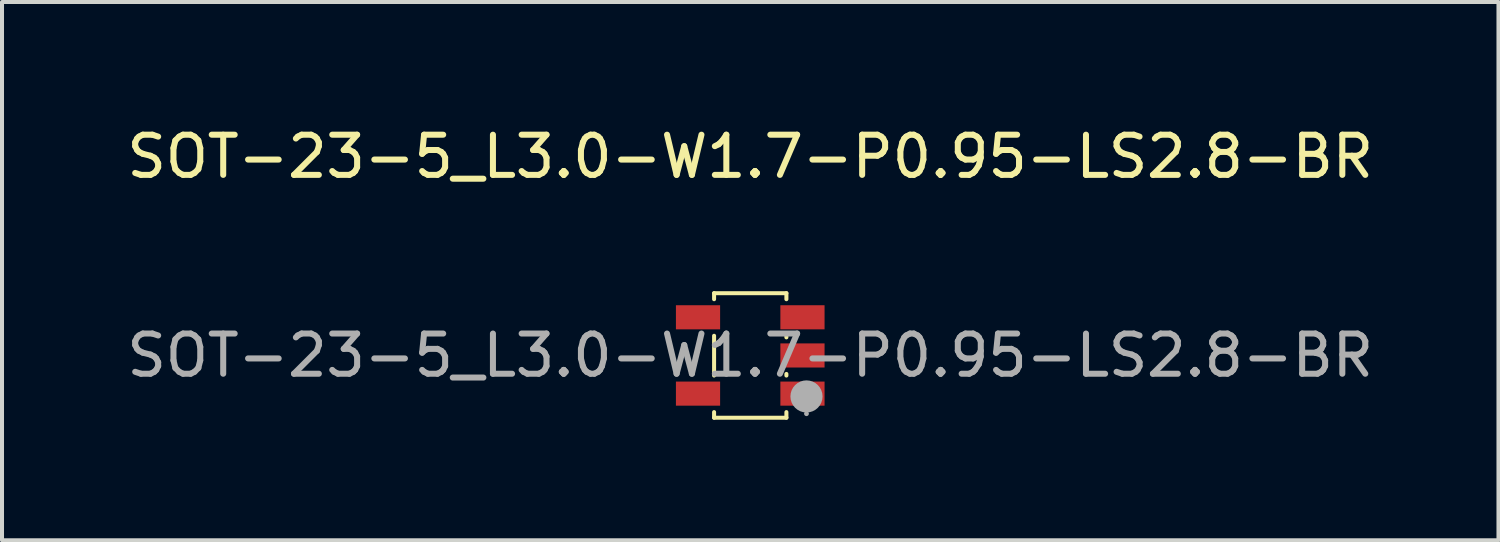
<source format=kicad_pcb>
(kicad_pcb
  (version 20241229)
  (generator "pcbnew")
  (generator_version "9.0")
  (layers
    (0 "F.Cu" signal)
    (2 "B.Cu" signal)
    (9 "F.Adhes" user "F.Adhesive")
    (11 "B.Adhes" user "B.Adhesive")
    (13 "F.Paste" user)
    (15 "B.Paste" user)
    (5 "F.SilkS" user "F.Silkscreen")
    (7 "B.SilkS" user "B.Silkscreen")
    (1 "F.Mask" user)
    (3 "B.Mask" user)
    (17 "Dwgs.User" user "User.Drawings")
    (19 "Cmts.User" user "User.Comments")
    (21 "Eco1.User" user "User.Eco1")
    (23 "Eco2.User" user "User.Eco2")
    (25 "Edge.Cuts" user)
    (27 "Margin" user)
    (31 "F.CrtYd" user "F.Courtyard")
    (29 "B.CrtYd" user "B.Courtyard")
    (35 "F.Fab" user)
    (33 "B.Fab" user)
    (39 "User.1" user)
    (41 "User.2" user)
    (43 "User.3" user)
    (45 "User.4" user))
  (footprint "SOT-23-5_L3.0-W1.7-P0.95-LS2.8-BR"
    (layer "F.Cu")
    (at 15.625 5.798)
    (property "Reference" "SOT-23-5_L3.0-W1.7-P0.95-LS2.8-BR" (at 0 -4.95 0) (layer "F.SilkS") (effects (font (size 1 1) (thickness 0.15))))
    (attr smd)
    (fp_line (start -0.9 -1.55) (end -0.9 -1.4) (stroke (width 0.1) (type solid)) (layer "F.SilkS"))
    (fp_line (start -0.9 -1.55) (end 0.9 -1.55) (stroke (width 0.1) (type solid)) (layer "F.SilkS"))
    (fp_line (start -0.9 -0.49) (end -0.9 0.5) (stroke (width 0.1) (type solid)) (layer "F.SilkS"))
    (fp_line (start -0.9 1.41) (end -0.9 1.55) (stroke (width 0.1) (type solid)) (layer "F.SilkS"))
    (fp_line (start -0.9 1.55) (end 0.9 1.55) (stroke (width 0.1) (type solid)) (layer "F.SilkS"))
    (fp_line (start 0.9 -1.55) (end 0.9 -1.4) (stroke (width 0.1) (type solid)) (layer "F.SilkS"))
    (fp_line (start 0.9 -0.49) (end 0.9 -0.45) (stroke (width 0.1) (type solid)) (layer "F.SilkS"))
    (fp_line (start 0.9 0.46) (end 0.9 0.5) (stroke (width 0.1) (type solid)) (layer "F.SilkS"))
    (fp_line (start 0.9 1.41) (end 0.9 1.55) (stroke (width 0.1) (type solid)) (layer "F.SilkS"))
    (fp_circle (center 1.4 1.02) (end 1.6 1.02) (stroke (width 0.4) (type solid)) (fill no) (layer "F.Fab"))
    (fp_circle (center 1.4 1.45) (end 1.43 1.45) (stroke (width 0.06) (type solid)) (fill no) (layer "F.Fab"))
    (fp_text user "${REFERENCE}" (at 0 0 0) (layer "F.Fab") (effects (font (size 1 1) (thickness 0.15))))
    (pad "1" smd rect (at 1.3 0.95) (size 1.1 0.6) (layers "F.Cu" "F.Mask" "F.Paste"))
    (pad "2" smd rect (at 1.3 0) (size 1.1 0.6) (layers "F.Cu" "F.Mask" "F.Paste"))
    (pad "3" smd rect (at 1.3 -0.95) (size 1.1 0.6) (layers "F.Cu" "F.Mask" "F.Paste"))
    (pad "4" smd rect (at -1.3 -0.95) (size 1.1 0.6) (layers "F.Cu" "F.Mask" "F.Paste"))
    (pad "5" smd rect (at -1.3 0.95) (size 1.1 0.6) (layers "F.Cu" "F.Mask" "F.Paste")))
  (gr_rect
    (start -3 -3)
    (end 34.25 10.398)
    (stroke (width 0.1) (type default))
    (fill no)
    (layer "Edge.Cuts")))
</source>
